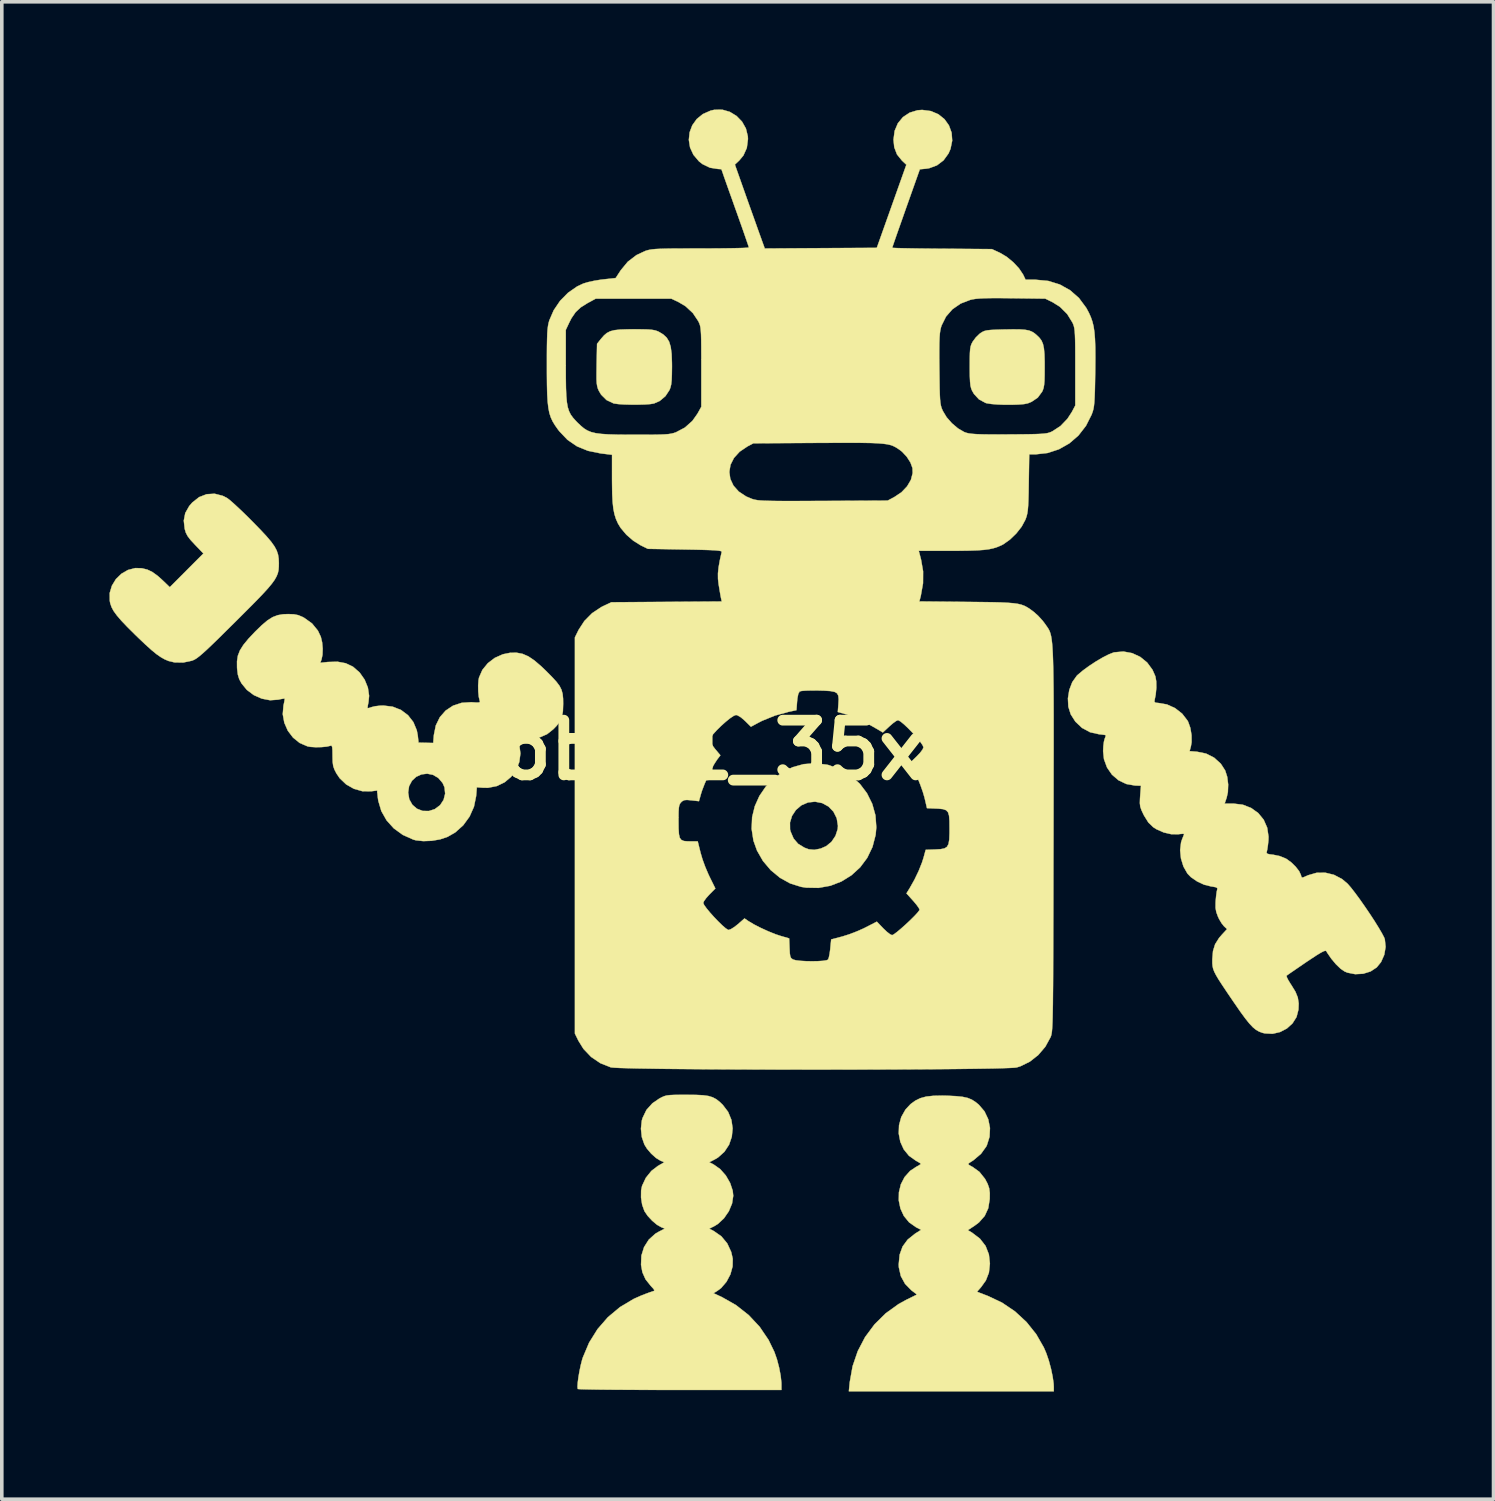
<source format=kicad_pcb>
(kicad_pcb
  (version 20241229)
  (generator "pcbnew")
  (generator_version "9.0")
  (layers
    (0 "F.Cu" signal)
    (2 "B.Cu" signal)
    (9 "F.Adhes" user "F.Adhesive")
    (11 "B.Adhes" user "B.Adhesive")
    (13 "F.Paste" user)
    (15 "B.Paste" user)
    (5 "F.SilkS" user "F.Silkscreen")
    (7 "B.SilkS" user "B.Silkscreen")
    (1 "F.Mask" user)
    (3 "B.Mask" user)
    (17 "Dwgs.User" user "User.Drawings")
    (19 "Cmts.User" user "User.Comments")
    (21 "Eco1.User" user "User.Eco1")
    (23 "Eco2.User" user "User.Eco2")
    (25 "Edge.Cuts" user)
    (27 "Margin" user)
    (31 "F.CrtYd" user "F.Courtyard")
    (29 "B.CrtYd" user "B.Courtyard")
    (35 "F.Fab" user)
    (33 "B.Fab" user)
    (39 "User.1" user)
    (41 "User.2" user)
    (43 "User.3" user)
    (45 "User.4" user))
  (footprint "robot1_35x35"
    (layer "F.Cu")
    (at 17.767 17.839)
    (property "Reference" "robot1_35x35" (at 0 0 0) (layer "F.SilkS") (effects (font (size 1.524 1.524) (thickness 0.3))))
    (attr through_hole)
    (fp_poly (pts (xy -2.942 -11.719) (xy -2.779 -11.715) (xy -2.662 -11.705) (xy -2.576 -11.69) (xy -2.509 -11.667) (xy -2.475 -11.652) (xy -2.347 -11.575) (xy -2.252 -11.486) (xy -2.184 -11.374) (xy -2.14 -11.228) (xy -2.115 -11.036) (xy -2.106 -10.787) (xy -2.105 -10.678) (xy -2.108 -10.461) (xy -2.114 -10.302) (xy -2.127 -10.185) (xy -2.148 -10.097) (xy -2.173 -10.031) (xy -2.287 -9.858) (xy -2.446 -9.724) (xy -2.605 -9.654) (xy -2.707 -9.637) (xy -2.861 -9.626) (xy -3.048 -9.621) (xy -3.247 -9.621) (xy -3.438 -9.626) (xy -3.601 -9.637) (xy -3.716 -9.653) (xy -3.733 -9.657) (xy -3.927 -9.749) (xy -4.077 -9.898) (xy -4.139 -10.002) (xy -4.168 -10.067) (xy -4.187 -10.135) (xy -4.2 -10.218) (xy -4.206 -10.331) (xy -4.206 -10.487) (xy -4.203 -10.7) (xy -4.203 -10.736) (xy -4.191 -11.315) (xy -4.08 -11.454) (xy -3.998 -11.548) (xy -3.917 -11.617) (xy -3.823 -11.665) (xy -3.704 -11.695) (xy -3.547 -11.712) (xy -3.339 -11.719) (xy -3.164 -11.72) (xy -2.942 -11.719)) (stroke (width 0.01) (type solid)) (fill yes) (layer "F.SilkS"))
    (fp_poly (pts (xy 7.585 -11.716) (xy 7.727 -11.706) (xy 7.835 -11.686) (xy 7.918 -11.654) (xy 7.991 -11.608) (xy 8.043 -11.565) (xy 8.125 -11.486) (xy 8.185 -11.406) (xy 8.226 -11.311) (xy 8.252 -11.189) (xy 8.267 -11.027) (xy 8.273 -10.813) (xy 8.273 -10.668) (xy 8.272 -10.449) (xy 8.268 -10.288) (xy 8.258 -10.172) (xy 8.243 -10.087) (xy 8.22 -10.019) (xy 8.201 -9.98) (xy 8.081 -9.817) (xy 7.906 -9.699) (xy 7.805 -9.658) (xy 7.701 -9.637) (xy 7.545 -9.624) (xy 7.356 -9.618) (xy 7.153 -9.618) (xy 6.956 -9.626) (xy 6.785 -9.64) (xy 6.659 -9.66) (xy 6.628 -9.669) (xy 6.444 -9.768) (xy 6.304 -9.92) (xy 6.252 -10.01) (xy 6.226 -10.075) (xy 6.207 -10.155) (xy 6.196 -10.262) (xy 6.189 -10.412) (xy 6.187 -10.616) (xy 6.187 -10.686) (xy 6.188 -10.9) (xy 6.191 -11.054) (xy 6.199 -11.165) (xy 6.213 -11.245) (xy 6.235 -11.309) (xy 6.267 -11.371) (xy 6.27 -11.376) (xy 6.355 -11.491) (xy 6.46 -11.593) (xy 6.485 -11.612) (xy 6.542 -11.648) (xy 6.599 -11.673) (xy 6.672 -11.69) (xy 6.775 -11.701) (xy 6.921 -11.708) (xy 7.124 -11.714) (xy 7.143 -11.714) (xy 7.394 -11.718) (xy 7.585 -11.716)) (stroke (width 0.01) (type solid)) (fill yes) (layer "F.SilkS"))
    (fp_poly (pts (xy 2.211 0.405) (xy 2.266 0.418) (xy 2.591 0.538) (xy 2.88 0.714) (xy 3.127 0.938) (xy 3.326 1.201) (xy 3.472 1.496) (xy 3.561 1.815) (xy 3.585 2.149) (xy 3.566 2.359) (xy 3.479 2.695) (xy 3.333 2.998) (xy 3.135 3.263) (xy 2.893 3.484) (xy 2.614 3.657) (xy 2.306 3.776) (xy 1.976 3.835) (xy 1.633 3.829) (xy 1.492 3.807) (xy 1.186 3.711) (xy 0.901 3.553) (xy 0.645 3.341) (xy 0.429 3.086) (xy 0.263 2.796) (xy 0.164 2.52) (xy 0.113 2.189) (xy 0.121 2.015) (xy 1.181 2.015) (xy 1.183 2.207) (xy 1.196 2.261) (xy 1.281 2.46) (xy 1.407 2.608) (xy 1.584 2.716) (xy 1.705 2.761) (xy 1.857 2.776) (xy 2.033 2.742) (xy 2.19 2.673) (xy 2.338 2.552) (xy 2.449 2.386) (xy 2.51 2.198) (xy 2.517 2.108) (xy 2.483 1.895) (xy 2.392 1.713) (xy 2.254 1.57) (xy 2.079 1.474) (xy 1.88 1.435) (xy 1.683 1.456) (xy 1.498 1.536) (xy 1.347 1.665) (xy 1.238 1.83) (xy 1.181 2.015) (xy 0.121 2.015) (xy 0.127 1.867) (xy 0.202 1.56) (xy 0.33 1.275) (xy 0.506 1.017) (xy 0.724 0.794) (xy 0.976 0.611) (xy 1.257 0.474) (xy 1.561 0.39) (xy 1.881 0.365) (xy 2.211 0.405)) (stroke (width 0.01) (type solid)) (fill yes) (layer "F.SilkS"))
    (fp_poly (pts (xy -14.615 -7.082) (xy -14.499 -7.024) (xy -14.43 -6.973) (xy -14.32 -6.878) (xy -14.18 -6.749) (xy -14.018 -6.595) (xy -13.845 -6.424) (xy -13.78 -6.358) (xy -13.563 -6.136) (xy -13.393 -5.953) (xy -13.265 -5.802) (xy -13.174 -5.674) (xy -13.112 -5.558) (xy -13.075 -5.447) (xy -13.057 -5.331) (xy -13.052 -5.209) (xy -13.054 -5.108) (xy -13.061 -5.016) (xy -13.08 -4.929) (xy -13.115 -4.841) (xy -13.168 -4.745) (xy -13.247 -4.636) (xy -13.353 -4.508) (xy -13.493 -4.355) (xy -13.669 -4.171) (xy -13.888 -3.95) (xy -14.152 -3.686) (xy -14.253 -3.585) (xy -14.518 -3.323) (xy -14.736 -3.107) (xy -14.915 -2.934) (xy -15.059 -2.797) (xy -15.174 -2.693) (xy -15.265 -2.616) (xy -15.337 -2.561) (xy -15.397 -2.524) (xy -15.449 -2.5) (xy -15.473 -2.491) (xy -15.716 -2.44) (xy -15.958 -2.444) (xy -16.122 -2.483) (xy -16.229 -2.528) (xy -16.337 -2.589) (xy -16.457 -2.672) (xy -16.595 -2.785) (xy -16.762 -2.935) (xy -16.965 -3.128) (xy -17.065 -3.225) (xy -17.278 -3.437) (xy -17.443 -3.611) (xy -17.565 -3.754) (xy -17.653 -3.875) (xy -17.711 -3.984) (xy -17.747 -4.089) (xy -17.76 -4.157) (xy -17.762 -4.375) (xy -17.701 -4.579) (xy -17.59 -4.762) (xy -17.437 -4.911) (xy -17.254 -5.017) (xy -17.049 -5.07) (xy -16.869 -5.065) (xy -16.716 -5.028) (xy -16.575 -4.961) (xy -16.427 -4.854) (xy -16.291 -4.732) (xy -16.089 -4.538) (xy -15.621 -5.007) (xy -15.153 -5.476) (xy -15.39 -5.723) (xy -15.512 -5.855) (xy -15.592 -5.96) (xy -15.642 -6.056) (xy -15.673 -6.16) (xy -15.699 -6.391) (xy -15.658 -6.602) (xy -15.547 -6.798) (xy -15.462 -6.896) (xy -15.272 -7.046) (xy -15.062 -7.127) (xy -14.84 -7.14) (xy -14.615 -7.082)) (stroke (width 0.01) (type solid)) (fill yes) (layer "F.SilkS"))
    (fp_poly (pts (xy 5.566 9.623) (xy 5.805 9.635) (xy 5.988 9.654) (xy 6.13 9.685) (xy 6.246 9.733) (xy 6.353 9.802) (xy 6.44 9.874) (xy 6.598 10.059) (xy 6.702 10.279) (xy 6.75 10.521) (xy 6.738 10.767) (xy 6.664 11.002) (xy 6.648 11.035) (xy 6.5 11.241) (xy 6.285 11.423) (xy 6.183 11.488) (xy 6.148 11.516) (xy 6.157 11.543) (xy 6.22 11.582) (xy 6.264 11.605) (xy 6.455 11.742) (xy 6.613 11.939) (xy 6.686 12.079) (xy 6.727 12.197) (xy 6.745 12.328) (xy 6.743 12.499) (xy 6.702 12.756) (xy 6.604 12.97) (xy 6.445 13.15) (xy 6.323 13.242) (xy 6.135 13.366) (xy 6.251 13.436) (xy 6.471 13.604) (xy 6.628 13.806) (xy 6.72 14.043) (xy 6.748 14.297) (xy 6.721 14.548) (xy 6.636 14.767) (xy 6.501 14.955) (xy 6.389 15.083) (xy 6.69 15.198) (xy 7.086 15.385) (xy 7.448 15.63) (xy 7.768 15.926) (xy 8.038 16.264) (xy 8.251 16.636) (xy 8.319 16.795) (xy 8.389 17) (xy 8.45 17.227) (xy 8.496 17.449) (xy 8.523 17.643) (xy 8.527 17.729) (xy 8.527 17.853) (xy 2.821 17.853) (xy 2.846 17.599) (xy 2.925 17.155) (xy 3.069 16.734) (xy 3.273 16.344) (xy 3.534 15.992) (xy 3.846 15.683) (xy 4.206 15.424) (xy 4.415 15.309) (xy 4.717 15.16) (xy 4.558 15.038) (xy 4.386 14.862) (xy 4.268 14.646) (xy 4.213 14.403) (xy 4.209 14.321) (xy 4.235 14.05) (xy 4.317 13.822) (xy 4.458 13.63) (xy 4.664 13.465) (xy 4.673 13.459) (xy 4.833 13.358) (xy 4.693 13.286) (xy 4.498 13.149) (xy 4.352 12.971) (xy 4.257 12.764) (xy 4.211 12.54) (xy 4.215 12.312) (xy 4.269 12.09) (xy 4.373 11.888) (xy 4.527 11.716) (xy 4.69 11.607) (xy 4.774 11.561) (xy 4.822 11.527) (xy 4.826 11.521) (xy 4.797 11.496) (xy 4.724 11.452) (xy 4.69 11.434) (xy 4.495 11.296) (xy 4.349 11.116) (xy 4.254 10.906) (xy 4.21 10.678) (xy 4.218 10.444) (xy 4.28 10.217) (xy 4.398 10.008) (xy 4.539 9.857) (xy 4.67 9.761) (xy 4.81 9.692) (xy 4.974 9.647) (xy 5.176 9.625) (xy 5.428 9.62) (xy 5.566 9.623)) (stroke (width 0.01) (type solid)) (fill yes) (layer "F.SilkS"))
    (fp_poly (pts (xy -1.433 9.6) (xy -1.238 9.61) (xy -1.088 9.631) (xy -0.969 9.668) (xy -0.867 9.723) (xy -0.77 9.801) (xy -0.692 9.876) (xy -0.541 10.074) (xy -0.45 10.296) (xy -0.416 10.531) (xy -0.439 10.765) (xy -0.515 10.987) (xy -0.645 11.184) (xy -0.824 11.344) (xy -0.918 11.399) (xy -1.067 11.475) (xy -0.94 11.541) (xy -0.761 11.668) (xy -0.605 11.845) (xy -0.486 12.052) (xy -0.414 12.268) (xy -0.399 12.41) (xy -0.432 12.625) (xy -0.522 12.84) (xy -0.657 13.036) (xy -0.824 13.192) (xy -0.918 13.25) (xy -1.067 13.326) (xy -0.937 13.393) (xy -0.729 13.539) (xy -0.566 13.736) (xy -0.456 13.973) (xy -0.413 14.161) (xy -0.417 14.376) (xy -0.478 14.598) (xy -0.588 14.805) (xy -0.735 14.977) (xy -0.843 15.058) (xy -0.948 15.122) (xy -0.712 15.232) (xy -0.32 15.455) (xy 0.032 15.732) (xy 0.336 16.057) (xy 0.585 16.424) (xy 0.747 16.758) (xy 0.818 16.962) (xy 0.878 17.191) (xy 0.921 17.417) (xy 0.942 17.612) (xy 0.943 17.655) (xy 0.943 17.816) (xy -1.885 17.816) (xy -2.331 17.816) (xy -2.756 17.815) (xy -3.154 17.813) (xy -3.52 17.811) (xy -3.848 17.809) (xy -4.133 17.806) (xy -4.368 17.802) (xy -4.549 17.798) (xy -4.67 17.794) (xy -4.725 17.79) (xy -4.728 17.789) (xy -4.736 17.728) (xy -4.729 17.614) (xy -4.71 17.465) (xy -4.681 17.297) (xy -4.646 17.128) (xy -4.607 16.976) (xy -4.588 16.915) (xy -4.412 16.498) (xy -4.177 16.122) (xy -3.889 15.79) (xy -3.551 15.508) (xy -3.168 15.28) (xy -2.975 15.194) (xy -2.843 15.142) (xy -2.727 15.099) (xy -2.654 15.075) (xy -2.606 15.059) (xy -2.596 15.036) (xy -2.628 14.991) (xy -2.695 14.919) (xy -2.842 14.734) (xy -2.929 14.538) (xy -2.966 14.332) (xy -2.956 14.075) (xy -2.882 13.838) (xy -2.75 13.63) (xy -2.567 13.465) (xy -2.473 13.41) (xy -2.304 13.323) (xy -2.402 13.285) (xy -2.523 13.216) (xy -2.656 13.104) (xy -2.779 12.972) (xy -2.869 12.841) (xy -2.873 12.832) (xy -2.935 12.659) (xy -2.966 12.457) (xy -2.964 12.26) (xy -2.938 12.134) (xy -2.833 11.91) (xy -2.678 11.717) (xy -2.5 11.58) (xy -2.319 11.476) (xy -2.423 11.433) (xy -2.548 11.357) (xy -2.682 11.237) (xy -2.802 11.096) (xy -2.873 10.981) (xy -2.944 10.776) (xy -2.969 10.543) (xy -2.945 10.317) (xy -2.925 10.246) (xy -2.816 10.019) (xy -2.65 9.834) (xy -2.462 9.705) (xy -2.387 9.665) (xy -2.322 9.636) (xy -2.253 9.617) (xy -2.165 9.606) (xy -2.045 9.6) (xy -1.879 9.598) (xy -1.687 9.598) (xy -1.433 9.6)) (stroke (width 0.01) (type solid)) (fill yes) (layer "F.SilkS"))
    (fp_poly (pts (xy -12.632 -3.783) (xy -12.511 -3.759) (xy -12.392 -3.709) (xy -12.344 -3.683) (xy -12.127 -3.527) (xy -11.965 -3.328) (xy -11.883 -3.156) (xy -11.847 -3.002) (xy -11.831 -2.825) (xy -11.837 -2.656) (xy -11.864 -2.525) (xy -11.899 -2.432) (xy -11.687 -2.455) (xy -11.418 -2.462) (xy -11.191 -2.42) (xy -10.993 -2.326) (xy -10.982 -2.319) (xy -10.802 -2.161) (xy -10.663 -1.963) (xy -10.573 -1.742) (xy -10.539 -1.513) (xy -10.556 -1.34) (xy -10.575 -1.242) (xy -10.582 -1.18) (xy -10.58 -1.17) (xy -10.543 -1.174) (xy -10.467 -1.199) (xy -10.464 -1.2) (xy -10.37 -1.223) (xy -10.237 -1.238) (xy -10.142 -1.242) (xy -9.881 -1.21) (xy -9.649 -1.118) (xy -9.455 -0.972) (xy -9.306 -0.781) (xy -9.211 -0.552) (xy -9.184 -0.41) (xy -9.162 -0.209) (xy -8.753 -0.2) (xy -8.735 -0.422) (xy -8.681 -0.688) (xy -8.569 -0.917) (xy -8.406 -1.103) (xy -8.2 -1.239) (xy -7.959 -1.318) (xy -7.691 -1.335) (xy -7.668 -1.333) (xy -7.543 -1.325) (xy -7.475 -1.328) (xy -7.452 -1.345) (xy -7.458 -1.374) (xy -7.484 -1.482) (xy -7.499 -1.632) (xy -7.502 -1.796) (xy -7.492 -1.945) (xy -7.478 -2.021) (xy -7.385 -2.234) (xy -7.234 -2.42) (xy -7.039 -2.569) (xy -6.813 -2.67) (xy -6.611 -2.711) (xy -6.432 -2.713) (xy -6.268 -2.682) (xy -6.106 -2.612) (xy -5.935 -2.497) (xy -5.741 -2.33) (xy -5.624 -2.218) (xy -5.451 -2.044) (xy -5.324 -1.906) (xy -5.236 -1.789) (xy -5.181 -1.68) (xy -5.15 -1.565) (xy -5.137 -1.432) (xy -5.135 -1.288) (xy -5.142 -1.083) (xy -5.169 -0.928) (xy -5.224 -0.8) (xy -5.317 -0.678) (xy -5.411 -0.581) (xy -5.583 -0.445) (xy -5.77 -0.363) (xy -5.989 -0.331) (xy -6.141 -0.332) (xy -6.407 -0.345) (xy -6.359 -0.164) (xy -6.325 0.09) (xy -6.357 0.331) (xy -6.446 0.552) (xy -6.585 0.744) (xy -6.767 0.896) (xy -6.983 1) (xy -7.227 1.048) (xy -7.358 1.047) (xy -7.539 1.034) (xy -7.559 1.281) (xy -7.619 1.575) (xy -7.741 1.849) (xy -7.918 2.092) (xy -8.14 2.291) (xy -8.356 2.415) (xy -8.561 2.484) (xy -8.794 2.524) (xy -9.029 2.533) (xy -9.237 2.51) (xy -9.307 2.491) (xy -9.6 2.36) (xy -9.85 2.179) (xy -10.052 1.955) (xy -10.198 1.697) (xy -10.283 1.412) (xy -10.295 1.326) (xy -10.31 1.179) (xy -9.452 1.179) (xy -9.421 1.367) (xy -9.335 1.52) (xy -9.207 1.631) (xy -9.048 1.692) (xy -8.873 1.695) (xy -8.709 1.642) (xy -8.562 1.532) (xy -8.464 1.383) (xy -8.421 1.212) (xy -8.438 1.037) (xy -8.491 0.916) (xy -8.613 0.773) (xy -8.761 0.687) (xy -8.921 0.655) (xy -9.08 0.675) (xy -9.226 0.741) (xy -9.345 0.851) (xy -9.425 1.001) (xy -9.452 1.179) (xy -10.31 1.179) (xy -10.315 1.124) (xy -10.487 1.146) (xy -10.726 1.143) (xy -10.962 1.076) (xy -11.177 0.954) (xy -11.357 0.783) (xy -11.45 0.646) (xy -11.505 0.538) (xy -11.538 0.441) (xy -11.553 0.33) (xy -11.557 0.176) (xy -11.557 0.154) (xy -11.559 0.006) (xy -11.566 -0.082) (xy -11.581 -0.122) (xy -11.607 -0.125) (xy -11.611 -0.124) (xy -11.715 -0.099) (xy -11.862 -0.085) (xy -12.024 -0.082) (xy -12.172 -0.091) (xy -12.254 -0.106) (xy -12.472 -0.2) (xy -12.657 -0.35) (xy -12.803 -0.542) (xy -12.9 -0.764) (xy -12.943 -1.001) (xy -12.923 -1.242) (xy -12.922 -1.245) (xy -12.9 -1.349) (xy -12.889 -1.419) (xy -12.89 -1.436) (xy -12.928 -1.434) (xy -13.013 -1.419) (xy -13.071 -1.406) (xy -13.296 -1.39) (xy -13.528 -1.435) (xy -13.749 -1.533) (xy -13.943 -1.678) (xy -14.092 -1.86) (xy -14.156 -1.98) (xy -14.193 -2.102) (xy -14.213 -2.259) (xy -14.216 -2.301) (xy -14.217 -2.475) (xy -14.193 -2.63) (xy -14.136 -2.777) (xy -14.04 -2.93) (xy -13.899 -3.102) (xy -13.715 -3.297) (xy -13.526 -3.481) (xy -13.368 -3.614) (xy -13.225 -3.704) (xy -13.084 -3.758) (xy -12.933 -3.784) (xy -12.791 -3.789) (xy -12.632 -3.783)) (stroke (width 0.01) (type solid)) (fill yes) (layer "F.SilkS"))
    (fp_poly (pts (xy 10.71 -2.701) (xy 10.934 -2.597) (xy 11.127 -2.44) (xy 11.277 -2.236) (xy 11.356 -2.055) (xy 11.38 -1.918) (xy 11.383 -1.739) (xy 11.365 -1.546) (xy 11.338 -1.412) (xy 11.329 -1.348) (xy 11.359 -1.321) (xy 11.436 -1.314) (xy 11.677 -1.273) (xy 11.905 -1.17) (xy 12.102 -1.016) (xy 12.252 -0.821) (xy 12.27 -0.787) (xy 12.33 -0.618) (xy 12.363 -0.418) (xy 12.365 -0.222) (xy 12.345 -0.104) (xy 12.309 0.028) (xy 12.514 0.044) (xy 12.768 0.096) (xy 12.993 0.21) (xy 13.178 0.378) (xy 13.3 0.567) (xy 13.357 0.745) (xy 13.383 0.957) (xy 13.375 1.169) (xy 13.341 1.322) (xy 13.285 1.488) (xy 13.528 1.488) (xy 13.792 1.52) (xy 14.026 1.612) (xy 14.222 1.754) (xy 14.373 1.939) (xy 14.47 2.16) (xy 14.507 2.409) (xy 14.504 2.511) (xy 14.49 2.645) (xy 14.473 2.759) (xy 14.461 2.816) (xy 14.453 2.86) (xy 14.476 2.886) (xy 14.545 2.902) (xy 14.64 2.913) (xy 14.824 2.952) (xy 14.991 3.02) (xy 15.003 3.027) (xy 15.138 3.124) (xy 15.262 3.245) (xy 15.359 3.37) (xy 15.408 3.474) (xy 15.422 3.527) (xy 15.44 3.548) (xy 15.482 3.54) (xy 15.566 3.503) (xy 15.608 3.484) (xy 15.843 3.416) (xy 16.088 3.413) (xy 16.33 3.472) (xy 16.555 3.59) (xy 16.71 3.721) (xy 16.802 3.827) (xy 16.917 3.975) (xy 17.048 4.153) (xy 17.186 4.35) (xy 17.325 4.554) (xy 17.456 4.754) (xy 17.571 4.939) (xy 17.663 5.096) (xy 17.725 5.214) (xy 17.745 5.266) (xy 17.767 5.479) (xy 17.73 5.698) (xy 17.64 5.901) (xy 17.52 6.049) (xy 17.349 6.162) (xy 17.142 6.226) (xy 16.921 6.238) (xy 16.706 6.196) (xy 16.626 6.163) (xy 16.514 6.086) (xy 16.385 5.962) (xy 16.256 5.808) (xy 16.142 5.643) (xy 16.115 5.596) (xy 16.091 5.585) (xy 16.04 5.6) (xy 15.954 5.645) (xy 15.827 5.723) (xy 15.652 5.839) (xy 15.563 5.898) (xy 15.391 6.016) (xy 15.239 6.12) (xy 15.118 6.203) (xy 15.038 6.259) (xy 15.01 6.279) (xy 15.015 6.319) (xy 15.055 6.401) (xy 15.122 6.511) (xy 15.145 6.545) (xy 15.257 6.728) (xy 15.322 6.888) (xy 15.347 7.052) (xy 15.34 7.225) (xy 15.287 7.43) (xy 15.175 7.608) (xy 15.019 7.75) (xy 14.83 7.849) (xy 14.62 7.898) (xy 14.403 7.887) (xy 14.333 7.87) (xy 14.243 7.836) (xy 14.158 7.787) (xy 14.07 7.715) (xy 13.973 7.612) (xy 13.861 7.472) (xy 13.725 7.287) (xy 13.56 7.048) (xy 13.522 6.993) (xy 13.353 6.744) (xy 13.22 6.545) (xy 13.119 6.39) (xy 13.046 6.267) (xy 12.996 6.169) (xy 12.965 6.087) (xy 12.949 6.011) (xy 12.942 5.934) (xy 12.942 5.845) (xy 12.942 5.824) (xy 12.961 5.594) (xy 13.02 5.404) (xy 13.131 5.228) (xy 13.209 5.138) (xy 13.352 4.983) (xy 13.265 4.901) (xy 13.2 4.82) (xy 13.131 4.703) (xy 13.098 4.633) (xy 13.053 4.51) (xy 13.032 4.394) (xy 13.033 4.25) (xy 13.036 4.192) (xy 13.049 4.056) (xy 13.064 3.943) (xy 13.079 3.878) (xy 13.079 3.878) (xy 13.081 3.842) (xy 13.043 3.818) (xy 12.949 3.8) (xy 12.909 3.795) (xy 12.713 3.746) (xy 12.517 3.654) (xy 12.346 3.536) (xy 12.249 3.436) (xy 12.138 3.241) (xy 12.069 3.016) (xy 12.046 2.784) (xy 12.072 2.567) (xy 12.101 2.48) (xy 12.136 2.393) (xy 12.155 2.339) (xy 12.156 2.334) (xy 12.124 2.329) (xy 12.043 2.335) (xy 11.996 2.342) (xy 11.803 2.341) (xy 11.59 2.292) (xy 11.386 2.202) (xy 11.295 2.144) (xy 11.161 2.014) (xy 11.042 1.823) (xy 11.029 1.798) (xy 10.969 1.671) (xy 10.936 1.574) (xy 10.924 1.477) (xy 10.928 1.352) (xy 10.933 1.275) (xy 10.955 0.991) (xy 10.788 0.985) (xy 10.545 0.942) (xy 10.328 0.838) (xy 10.147 0.682) (xy 10.01 0.483) (xy 9.925 0.252) (xy 9.901 0.026) (xy 9.908 -0.113) (xy 9.924 -0.238) (xy 9.941 -0.305) (xy 9.968 -0.379) (xy 9.979 -0.415) (xy 9.946 -0.424) (xy 9.862 -0.435) (xy 9.788 -0.443) (xy 9.537 -0.499) (xy 9.314 -0.619) (xy 9.128 -0.795) (xy 8.999 -0.998) (xy 8.933 -1.209) (xy 8.921 -1.442) (xy 8.959 -1.677) (xy 9.042 -1.894) (xy 9.169 -2.073) (xy 9.192 -2.095) (xy 9.334 -2.215) (xy 9.508 -2.343) (xy 9.697 -2.467) (xy 9.885 -2.578) (xy 10.055 -2.665) (xy 10.19 -2.718) (xy 10.213 -2.724) (xy 10.466 -2.746) (xy 10.71 -2.701)) (stroke (width 0.01) (type solid)) (fill yes) (layer "F.SilkS"))
    (fp_poly (pts (xy -0.494 -17.774) (xy -0.307 -17.66) (xy -0.154 -17.502) (xy -0.046 -17.31) (xy 0.007 -17.093) (xy 0.011 -17.018) (xy -0.021 -16.77) (xy -0.116 -16.559) (xy -0.231 -16.421) (xy -0.353 -16.306) (xy -0.033 -15.401) (xy 0.059 -15.142) (xy 0.149 -14.891) (xy 0.231 -14.661) (xy 0.301 -14.463) (xy 0.356 -14.311) (xy 0.384 -14.233) (xy 0.479 -13.969) (xy 2.039 -13.979) (xy 3.599 -13.988) (xy 4.422 -16.302) (xy 4.298 -16.419) (xy 4.161 -16.589) (xy 4.085 -16.788) (xy 4.064 -17) (xy 4.096 -17.245) (xy 4.186 -17.457) (xy 4.327 -17.628) (xy 4.512 -17.751) (xy 4.732 -17.818) (xy 4.862 -17.828) (xy 5.105 -17.796) (xy 5.314 -17.707) (xy 5.484 -17.57) (xy 5.608 -17.396) (xy 5.682 -17.193) (xy 5.698 -16.972) (xy 5.651 -16.742) (xy 5.595 -16.614) (xy 5.457 -16.424) (xy 5.274 -16.285) (xy 5.058 -16.205) (xy 4.975 -16.192) (xy 4.797 -16.175) (xy 4.412 -15.09) (xy 4.319 -14.825) (xy 4.233 -14.582) (xy 4.158 -14.37) (xy 4.098 -14.197) (xy 4.055 -14.071) (xy 4.031 -14.001) (xy 4.028 -13.989) (xy 4.063 -13.986) (xy 4.162 -13.981) (xy 4.319 -13.977) (xy 4.524 -13.973) (xy 4.771 -13.969) (xy 5.051 -13.966) (xy 5.357 -13.963) (xy 5.416 -13.963) (xy 6.804 -13.952) (xy 7.029 -13.848) (xy 7.215 -13.738) (xy 7.398 -13.587) (xy 7.557 -13.417) (xy 7.671 -13.247) (xy 7.68 -13.229) (xy 7.742 -13.099) (xy 8.023 -13.099) (xy 8.372 -13.066) (xy 8.694 -12.967) (xy 8.981 -12.807) (xy 9.229 -12.589) (xy 9.432 -12.315) (xy 9.506 -12.177) (xy 9.56 -12.056) (xy 9.603 -11.932) (xy 9.636 -11.796) (xy 9.659 -11.639) (xy 9.674 -11.45) (xy 9.683 -11.221) (xy 9.685 -10.94) (xy 9.682 -10.599) (xy 9.681 -10.515) (xy 9.676 -10.224) (xy 9.671 -9.995) (xy 9.664 -9.819) (xy 9.656 -9.684) (xy 9.645 -9.581) (xy 9.631 -9.5) (xy 9.612 -9.43) (xy 9.587 -9.361) (xy 9.581 -9.344) (xy 9.423 -9.031) (xy 9.214 -8.762) (xy 8.961 -8.543) (xy 8.672 -8.379) (xy 8.355 -8.275) (xy 8.017 -8.237) (xy 8.002 -8.237) (xy 7.843 -8.237) (xy 7.83 -7.429) (xy 7.826 -7.163) (xy 7.82 -6.957) (xy 7.813 -6.801) (xy 7.803 -6.683) (xy 7.789 -6.591) (xy 7.771 -6.515) (xy 7.746 -6.442) (xy 7.733 -6.411) (xy 7.631 -6.222) (xy 7.481 -6.032) (xy 7.303 -5.861) (xy 7.119 -5.731) (xy 7.064 -5.703) (xy 6.958 -5.658) (xy 6.849 -5.623) (xy 6.727 -5.596) (xy 6.58 -5.577) (xy 6.4 -5.564) (xy 6.175 -5.556) (xy 5.896 -5.552) (xy 5.644 -5.552) (xy 4.767 -5.552) (xy 4.831 -5.307) (xy 4.888 -4.979) (xy 4.886 -4.648) (xy 4.824 -4.297) (xy 4.809 -4.239) (xy 4.783 -4.141) (xy 6.12 -4.128) (xy 6.489 -4.124) (xy 6.795 -4.12) (xy 7.043 -4.114) (xy 7.243 -4.104) (xy 7.403 -4.091) (xy 7.53 -4.073) (xy 7.632 -4.048) (xy 7.719 -4.015) (xy 7.796 -3.973) (xy 7.874 -3.921) (xy 7.959 -3.858) (xy 7.965 -3.854) (xy 8.089 -3.744) (xy 8.214 -3.607) (xy 8.282 -3.518) (xy 8.314 -3.472) (xy 8.344 -3.43) (xy 8.371 -3.389) (xy 8.395 -3.347) (xy 8.417 -3.298) (xy 8.436 -3.24) (xy 8.453 -3.17) (xy 8.467 -3.083) (xy 8.48 -2.976) (xy 8.49 -2.845) (xy 8.499 -2.688) (xy 8.506 -2.5) (xy 8.512 -2.277) (xy 8.516 -2.017) (xy 8.52 -1.716) (xy 8.522 -1.37) (xy 8.523 -0.976) (xy 8.523 -0.53) (xy 8.523 -0.028) (xy 8.522 0.532) (xy 8.521 1.155) (xy 8.52 1.845) (xy 8.519 2.471) (xy 8.517 3.198) (xy 8.516 3.857) (xy 8.515 4.451) (xy 8.513 4.982) (xy 8.512 5.455) (xy 8.51 5.874) (xy 8.509 6.241) (xy 8.507 6.561) (xy 8.504 6.836) (xy 8.502 7.071) (xy 8.498 7.269) (xy 8.495 7.434) (xy 8.491 7.569) (xy 8.486 7.678) (xy 8.481 7.764) (xy 8.475 7.831) (xy 8.468 7.882) (xy 8.46 7.922) (xy 8.452 7.953) (xy 8.443 7.979) (xy 8.437 7.993) (xy 8.292 8.258) (xy 8.095 8.489) (xy 7.859 8.675) (xy 7.597 8.803) (xy 7.494 8.835) (xy 7.426 8.843) (xy 7.291 8.85) (xy 7.092 8.857) (xy 6.836 8.864) (xy 6.528 8.869) (xy 6.172 8.874) (xy 5.773 8.879) (xy 5.336 8.883) (xy 4.866 8.886) (xy 4.369 8.889) (xy 3.848 8.891) (xy 3.31 8.893) (xy 2.758 8.894) (xy 2.199 8.895) (xy 1.636 8.895) (xy 1.075 8.894) (xy 0.521 8.893) (xy -0.022 8.891) (xy -0.547 8.889) (xy -1.051 8.886) (xy -1.529 8.882) (xy -1.975 8.878) (xy -2.384 8.874) (xy -2.752 8.868) (xy -3.074 8.863) (xy -3.344 8.856) (xy -3.558 8.85) (xy -3.711 8.842) (xy -3.797 8.834) (xy -3.809 8.832) (xy -4.099 8.717) (xy -4.356 8.543) (xy -4.57 8.318) (xy -4.71 8.092) (xy -4.808 7.892) (xy -4.808 1.975) (xy -1.923 1.975) (xy -1.921 2.189) (xy -1.911 2.34) (xy -1.888 2.441) (xy -1.844 2.5) (xy -1.774 2.53) (xy -1.672 2.539) (xy -1.598 2.54) (xy -1.388 2.54) (xy -1.309 2.857) (xy -1.256 3.038) (xy -1.18 3.247) (xy -1.095 3.447) (xy -1.064 3.514) (xy -0.897 3.852) (xy -1.066 4.023) (xy -1.152 4.119) (xy -1.213 4.204) (xy -1.234 4.255) (xy -1.209 4.312) (xy -1.143 4.404) (xy -1.048 4.52) (xy -0.935 4.646) (xy -0.816 4.77) (xy -0.703 4.88) (xy -0.608 4.962) (xy -0.542 5.004) (xy -0.529 5.007) (xy -0.463 4.984) (xy -0.367 4.924) (xy -0.269 4.847) (xy -0.085 4.686) (xy 0.021 4.759) (xy 0.169 4.848) (xy 0.36 4.946) (xy 0.57 5.042) (xy 0.771 5.124) (xy 0.919 5.173) (xy 1.158 5.242) (xy 1.169 5.514) (xy 1.176 5.655) (xy 1.189 5.741) (xy 1.213 5.791) (xy 1.255 5.823) (xy 1.27 5.831) (xy 1.347 5.852) (xy 1.472 5.867) (xy 1.627 5.876) (xy 1.795 5.879) (xy 1.958 5.876) (xy 2.098 5.867) (xy 2.199 5.851) (xy 2.241 5.833) (xy 2.263 5.776) (xy 2.285 5.669) (xy 2.303 5.535) (xy 2.303 5.529) (xy 2.329 5.271) (xy 2.643 5.188) (xy 2.826 5.13) (xy 3.034 5.051) (xy 3.23 4.965) (xy 3.278 4.941) (xy 3.6 4.776) (xy 3.781 4.965) (xy 3.879 5.058) (xy 3.965 5.125) (xy 4.023 5.152) (xy 4.025 5.153) (xy 4.074 5.128) (xy 4.161 5.064) (xy 4.273 4.97) (xy 4.398 4.859) (xy 4.524 4.741) (xy 4.638 4.628) (xy 4.727 4.533) (xy 4.78 4.465) (xy 4.79 4.442) (xy 4.767 4.392) (xy 4.706 4.307) (xy 4.62 4.204) (xy 4.607 4.19) (xy 4.425 3.988) (xy 4.519 3.836) (xy 4.646 3.61) (xy 4.764 3.365) (xy 4.858 3.129) (xy 4.901 2.994) (xy 4.96 2.776) (xy 5.229 2.766) (xy 5.378 2.757) (xy 5.483 2.736) (xy 5.554 2.691) (xy 5.596 2.613) (xy 5.617 2.489) (xy 5.624 2.311) (xy 5.624 2.179) (xy 5.622 1.971) (xy 5.611 1.825) (xy 5.582 1.729) (xy 5.528 1.672) (xy 5.442 1.642) (xy 5.316 1.629) (xy 5.246 1.626) (xy 4.996 1.615) (xy 4.929 1.327) (xy 4.881 1.163) (xy 4.812 0.967) (xy 4.733 0.772) (xy 4.697 0.693) (xy 4.532 0.346) (xy 4.715 0.169) (xy 4.807 0.071) (xy 4.873 -0.017) (xy 4.899 -0.077) (xy 4.899 -0.078) (xy 4.874 -0.139) (xy 4.807 -0.236) (xy 4.71 -0.354) (xy 4.596 -0.482) (xy 4.475 -0.607) (xy 4.361 -0.715) (xy 4.264 -0.795) (xy 4.198 -0.833) (xy 4.187 -0.835) (xy 4.135 -0.811) (xy 4.05 -0.75) (xy 3.95 -0.663) (xy 3.95 -0.663) (xy 3.767 -0.492) (xy 3.634 -0.573) (xy 3.427 -0.691) (xy 3.206 -0.805) (xy 2.993 -0.903) (xy 2.807 -0.977) (xy 2.728 -1.002) (xy 2.513 -1.062) (xy 2.53 -1.284) (xy 2.537 -1.42) (xy 2.527 -1.517) (xy 2.492 -1.583) (xy 2.42 -1.624) (xy 2.302 -1.646) (xy 2.129 -1.657) (xy 1.972 -1.661) (xy 1.783 -1.662) (xy 1.624 -1.658) (xy 1.508 -1.649) (xy 1.451 -1.635) (xy 1.413 -1.571) (xy 1.387 -1.438) (xy 1.379 -1.356) (xy 1.361 -1.113) (xy 1.143 -1.067) (xy 0.764 -0.963) (xy 0.406 -0.818) (xy 0.297 -0.762) (xy 0.094 -0.652) (xy -0.072 -0.816) (xy -0.184 -0.913) (xy -0.279 -0.969) (xy -0.322 -0.98) (xy -0.388 -0.955) (xy -0.489 -0.887) (xy -0.609 -0.79) (xy -0.736 -0.676) (xy -0.857 -0.557) (xy -0.959 -0.445) (xy -1.028 -0.352) (xy -1.052 -0.295) (xy -1.029 -0.222) (xy -0.97 -0.12) (xy -0.905 -0.033) (xy -0.757 0.143) (xy -0.847 0.262) (xy -0.926 0.383) (xy -1.017 0.551) (xy -1.111 0.744) (xy -1.197 0.941) (xy -1.266 1.12) (xy -1.294 1.208) (xy -1.354 1.421) (xy -1.563 1.397) (xy -1.687 1.386) (xy -1.765 1.393) (xy -1.82 1.423) (xy -1.847 1.448) (xy -1.879 1.486) (xy -1.901 1.535) (xy -1.914 1.607) (xy -1.921 1.717) (xy -1.923 1.88) (xy -1.923 1.975) (xy -4.808 1.975) (xy -4.808 -3.139) (xy -4.706 -3.347) (xy -4.544 -3.597) (xy -4.328 -3.815) (xy -4.073 -3.984) (xy -4.028 -4.007) (xy -3.792 -4.118) (xy -2.255 -4.129) (xy -0.718 -4.14) (xy -0.74 -4.238) (xy -0.756 -4.322) (xy -0.778 -4.451) (xy -0.802 -4.598) (xy -0.805 -4.613) (xy -0.823 -4.768) (xy -0.824 -4.921) (xy -0.807 -5.089) (xy -0.771 -5.292) (xy -0.721 -5.515) (xy -0.725 -5.532) (xy -0.75 -5.545) (xy -0.805 -5.555) (xy -0.896 -5.564) (xy -1.031 -5.571) (xy -1.217 -5.577) (xy -1.461 -5.583) (xy -1.742 -5.588) (xy -2.776 -5.606) (xy -2.978 -5.705) (xy -3.181 -5.832) (xy -3.374 -5.999) (xy -3.532 -6.186) (xy -3.608 -6.311) (xy -3.664 -6.436) (xy -3.706 -6.569) (xy -3.737 -6.723) (xy -3.757 -6.909) (xy -3.769 -7.139) (xy -3.773 -7.425) (xy -3.774 -7.543) (xy -3.774 -7.75) (xy -0.508 -7.75) (xy -0.481 -7.554) (xy -0.394 -7.368) (xy -0.247 -7.202) (xy -0.041 -7.065) (xy 0.116 -6.999) (xy 0.164 -6.983) (xy 0.217 -6.971) (xy 0.282 -6.96) (xy 0.364 -6.952) (xy 0.472 -6.946) (xy 0.611 -6.942) (xy 0.788 -6.939) (xy 1.01 -6.937) (xy 1.283 -6.937) (xy 1.613 -6.938) (xy 2.009 -6.94) (xy 2.105 -6.94) (xy 3.901 -6.949) (xy 4.084 -7.046) (xy 4.285 -7.18) (xy 4.442 -7.345) (xy 4.549 -7.527) (xy 4.598 -7.716) (xy 4.593 -7.855) (xy 4.536 -8.01) (xy 4.433 -8.171) (xy 4.302 -8.311) (xy 4.251 -8.351) (xy 4.184 -8.398) (xy 4.121 -8.437) (xy 4.055 -8.47) (xy 3.98 -8.497) (xy 3.888 -8.518) (xy 3.774 -8.533) (xy 3.631 -8.545) (xy 3.452 -8.553) (xy 3.231 -8.557) (xy 2.961 -8.559) (xy 2.636 -8.559) (xy 2.249 -8.557) (xy 1.959 -8.556) (xy 0.163 -8.545) (xy 0 -8.46) (xy -0.221 -8.311) (xy -0.379 -8.137) (xy -0.475 -7.947) (xy -0.508 -7.75) (xy -3.774 -7.75) (xy -3.774 -8.225) (xy -4.093 -8.264) (xy -4.445 -8.336) (xy -4.751 -8.461) (xy -5.015 -8.642) (xy -5.243 -8.882) (xy -5.28 -8.93) (xy -5.361 -9.045) (xy -5.427 -9.153) (xy -5.478 -9.263) (xy -5.518 -9.385) (xy -5.546 -9.528) (xy -5.566 -9.701) (xy -5.579 -9.914) (xy -5.585 -10.175) (xy -5.588 -10.495) (xy -5.588 -10.687) (xy -5.588 -11.001) (xy -5.586 -11.253) (xy -5.582 -11.451) (xy -5.577 -11.605) (xy -5.57 -11.702) (xy -5.062 -11.702) (xy -5.062 -10.704) (xy -5.061 -10.365) (xy -5.057 -10.09) (xy -5.048 -9.869) (xy -5.032 -9.693) (xy -5.008 -9.553) (xy -4.972 -9.44) (xy -4.925 -9.345) (xy -4.863 -9.259) (xy -4.785 -9.172) (xy -4.738 -9.123) (xy -4.642 -9.032) (xy -4.553 -8.958) (xy -4.461 -8.901) (xy -4.356 -8.858) (xy -4.23 -8.827) (xy -4.072 -8.806) (xy -3.874 -8.793) (xy -3.626 -8.786) (xy -3.319 -8.783) (xy -3.166 -8.783) (xy -2.867 -8.783) (xy -2.631 -8.784) (xy -2.448 -8.787) (xy -2.308 -8.793) (xy -2.203 -8.801) (xy -2.122 -8.814) (xy -2.056 -8.83) (xy -1.994 -8.851) (xy -1.994 -8.851) (xy -1.746 -8.982) (xy -1.536 -9.169) (xy -1.396 -9.367) (xy -1.288 -9.561) (xy -1.288 -10.668) (xy -1.288 -10.981) (xy -1.289 -11.138) (xy 5.338 -11.138) (xy 5.338 -10.886) (xy 5.341 -10.606) (xy 5.345 -10.314) (xy 5.348 -10.084) (xy 5.353 -9.908) (xy 5.36 -9.774) (xy 5.37 -9.675) (xy 5.383 -9.598) (xy 5.4 -9.536) (xy 5.423 -9.478) (xy 5.439 -9.443) (xy 5.543 -9.27) (xy 5.69 -9.103) (xy 5.86 -8.959) (xy 6.032 -8.859) (xy 6.089 -8.838) (xy 6.157 -8.821) (xy 6.247 -8.809) (xy 6.368 -8.8) (xy 6.528 -8.794) (xy 6.737 -8.791) (xy 7.002 -8.79) (xy 7.293 -8.792) (xy 7.596 -8.794) (xy 7.834 -8.797) (xy 8.019 -8.801) (xy 8.159 -8.807) (xy 8.262 -8.815) (xy 8.34 -8.826) (xy 8.399 -8.841) (xy 8.451 -8.861) (xy 8.494 -8.882) (xy 8.715 -9.027) (xy 8.907 -9.227) (xy 9.03 -9.416) (xy 9.126 -9.598) (xy 9.126 -10.668) (xy 9.126 -10.977) (xy 9.125 -11.222) (xy 9.122 -11.412) (xy 9.117 -11.557) (xy 9.11 -11.665) (xy 9.1 -11.746) (xy 9.086 -11.808) (xy 9.068 -11.86) (xy 9.048 -11.906) (xy 8.9 -12.145) (xy 8.699 -12.345) (xy 8.497 -12.472) (xy 8.291 -12.573) (xy 7.359 -12.585) (xy 7.054 -12.588) (xy 6.811 -12.588) (xy 6.621 -12.585) (xy 6.473 -12.578) (xy 6.357 -12.568) (xy 6.262 -12.553) (xy 6.205 -12.54) (xy 5.934 -12.436) (xy 5.705 -12.278) (xy 5.526 -12.073) (xy 5.403 -11.826) (xy 5.385 -11.769) (xy 5.368 -11.696) (xy 5.355 -11.606) (xy 5.346 -11.489) (xy 5.34 -11.336) (xy 5.338 -11.138) (xy -1.289 -11.138) (xy -1.289 -11.231) (xy -1.291 -11.425) (xy -1.295 -11.573) (xy -1.302 -11.684) (xy -1.311 -11.766) (xy -1.324 -11.828) (xy -1.341 -11.879) (xy -1.363 -11.927) (xy -1.37 -11.942) (xy -1.522 -12.17) (xy -1.728 -12.362) (xy -1.923 -12.478) (xy -2.123 -12.573) (xy -4.227 -12.573) (xy -4.456 -12.449) (xy -4.646 -12.33) (xy -4.788 -12.197) (xy -4.904 -12.028) (xy -4.968 -11.902) (xy -5.062 -11.702) (xy -5.57 -11.702) (xy -5.568 -11.723) (xy -5.556 -11.817) (xy -5.541 -11.894) (xy -5.521 -11.965) (xy -5.521 -11.966) (xy -5.398 -12.25) (xy -5.22 -12.512) (xy -4.998 -12.737) (xy -4.745 -12.913) (xy -4.572 -12.994) (xy -4.443 -13.032) (xy -4.272 -13.07) (xy -4.089 -13.1) (xy -4.022 -13.108) (xy -3.672 -13.147) (xy -3.532 -13.362) (xy -3.335 -13.601) (xy -3.091 -13.787) (xy -2.85 -13.9) (xy -2.793 -13.918) (xy -2.732 -13.933) (xy -2.659 -13.945) (xy -2.566 -13.954) (xy -2.445 -13.96) (xy -2.288 -13.965) (xy -2.086 -13.968) (xy -1.833 -13.969) (xy -1.52 -13.97) (xy -1.307 -13.97) (xy -1.003 -13.971) (xy -0.723 -13.973) (xy -0.475 -13.976) (xy -0.267 -13.98) (xy -0.107 -13.985) (xy -0.004 -13.991) (xy 0.036 -13.997) (xy 0.036 -13.998) (xy 0.025 -14.038) (xy -0.009 -14.137) (xy -0.061 -14.288) (xy -0.128 -14.482) (xy -0.209 -14.711) (xy -0.299 -14.965) (xy -0.345 -15.093) (xy -0.438 -15.356) (xy -0.524 -15.596) (xy -0.598 -15.805) (xy -0.658 -15.975) (xy -0.7 -16.097) (xy -0.723 -16.163) (xy -0.726 -16.172) (xy -0.757 -16.18) (xy -0.826 -16.184) (xy -1.047 -16.219) (xy -1.256 -16.32) (xy -1.351 -16.394) (xy -1.507 -16.578) (xy -1.601 -16.781) (xy -1.635 -16.994) (xy -1.613 -17.204) (xy -1.539 -17.401) (xy -1.414 -17.575) (xy -1.243 -17.714) (xy -1.029 -17.808) (xy -0.923 -17.832) (xy -0.702 -17.834) (xy -0.494 -17.774)) (stroke (width 0.01) (type solid)) (fill yes) (layer "F.SilkS")))
  (gr_rect
    (start -3 -3)
    (end 38.539 38.697)
    (stroke (width 0.1) (type default))
    (fill no)
    (layer "Edge.Cuts")))
</source>
